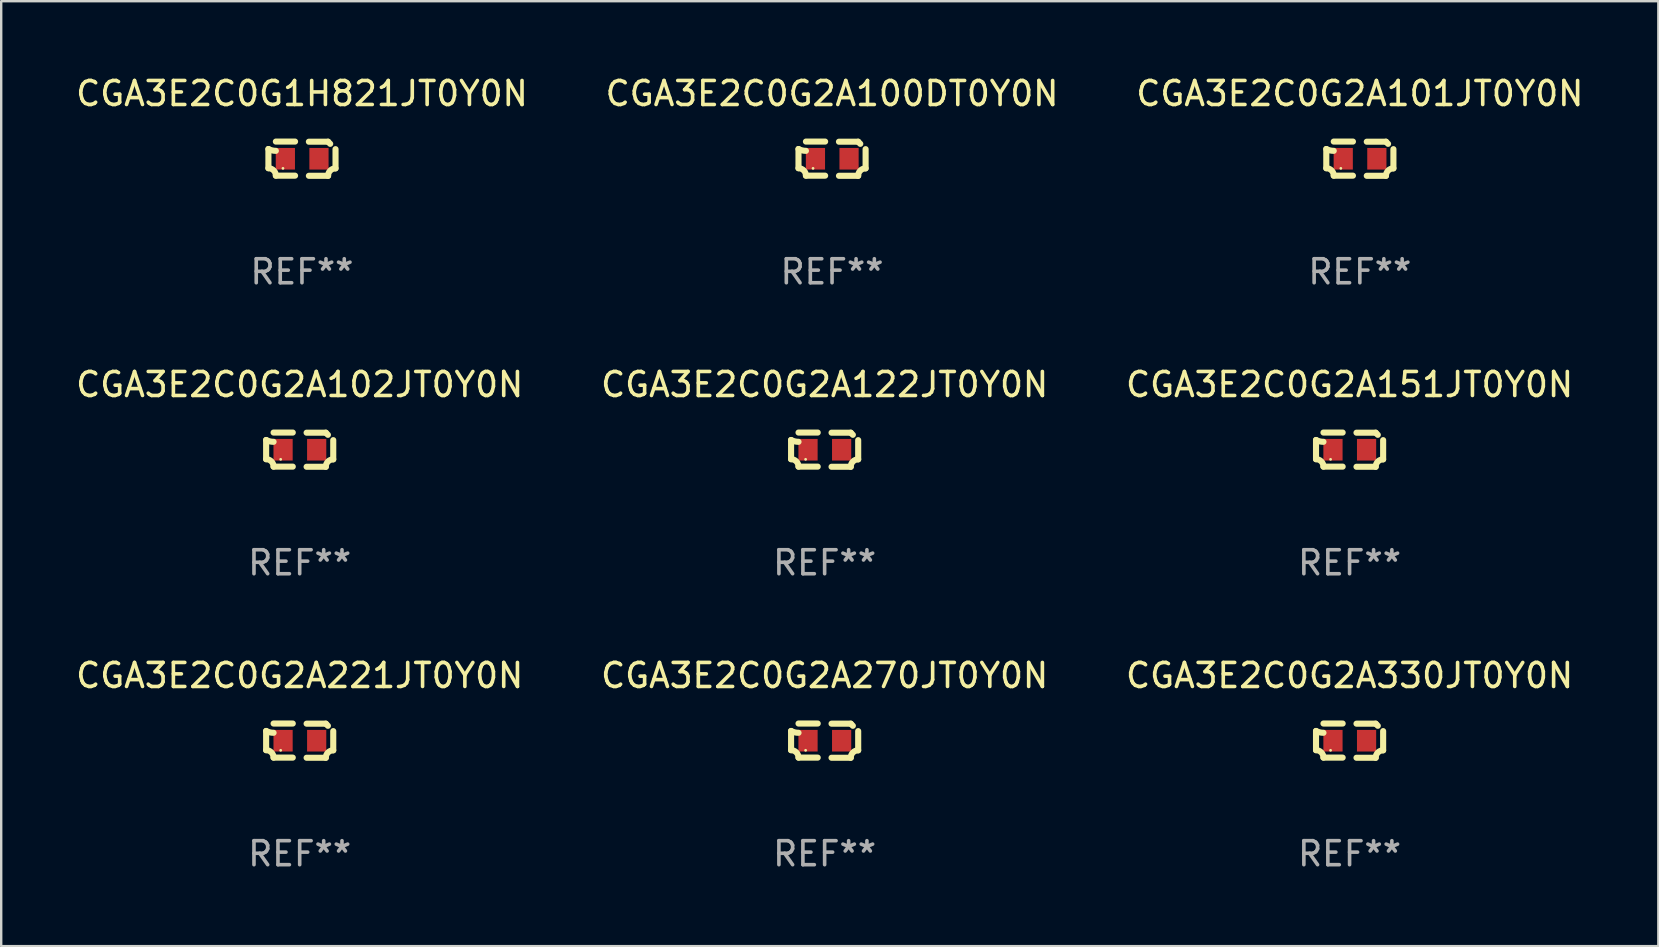
<source format=kicad_pcb>
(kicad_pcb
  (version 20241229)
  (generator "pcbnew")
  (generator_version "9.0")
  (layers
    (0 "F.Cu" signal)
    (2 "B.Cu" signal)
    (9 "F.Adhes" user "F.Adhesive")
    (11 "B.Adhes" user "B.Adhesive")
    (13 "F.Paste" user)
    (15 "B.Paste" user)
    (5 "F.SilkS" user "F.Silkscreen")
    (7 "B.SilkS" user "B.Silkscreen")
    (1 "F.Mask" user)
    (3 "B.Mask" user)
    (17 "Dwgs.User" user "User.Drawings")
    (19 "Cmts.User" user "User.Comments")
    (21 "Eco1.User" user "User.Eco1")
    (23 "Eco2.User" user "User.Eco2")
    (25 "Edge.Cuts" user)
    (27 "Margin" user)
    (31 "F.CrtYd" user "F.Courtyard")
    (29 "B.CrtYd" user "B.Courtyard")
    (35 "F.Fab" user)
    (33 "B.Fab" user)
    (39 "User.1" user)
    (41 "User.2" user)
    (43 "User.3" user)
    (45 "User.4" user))
  (footprint "CGA3E2C0G2A270JT0Y0N"
    (layer "F.Cu")
    (at 31.304 27.805)
    (property "Reference" "CGA3E2C0G2A270JT0Y0N" (at 0 -2.713 0) (layer "F.SilkS") (effects (font (size 1 1) (thickness 0.15))))
    (attr through_hole)
    (fp_line (start -1.398 -0.403) (end -1.398 0.397) (stroke (width 0.254) (type solid)) (layer "F.SilkS"))
    (fp_line (start -0.288 -0.713) (end -1.088 -0.713) (stroke (width 0.254) (type solid)) (layer "F.SilkS"))
    (fp_line (start -0.288 0.707) (end -1.088 0.707) (stroke (width 0.254) (type solid)) (layer "F.SilkS"))
    (fp_line (start 0.288 -0.707) (end 1.088 -0.707) (stroke (width 0.254) (type solid)) (layer "F.SilkS"))
    (fp_line (start 0.288 0.713) (end 1.088 0.713) (stroke (width 0.254) (type solid)) (layer "F.SilkS"))
    (fp_line (start 1.398 -0.397) (end 1.398 0.403) (stroke (width 0.254) (type solid)) (layer "F.SilkS"))
    (fp_arc (start -1.397789 0.397066) (mid -1.178701 0.487826) (end -1.08796 0.706922) (stroke (width 0.254001) (type solid)) (layer "F.SilkS"))
    (fp_arc (start -1.08796 -0.327176) (mid -1.247436 -0.346384) (end -1.39779 -0.402908) (stroke (width 0.254001) (type solid)) (layer "F.SilkS"))
    (fp_arc (start 1.087909 0.712738) (mid 1.178656 0.493655) (end 1.397739 0.402908) (stroke (width 0.254001) (type solid)) (layer "F.SilkS"))
    (fp_arc (start 1.175925 -0.618926) (mid 1.131917 -0.662923) (end 1.08791 -0.706922) (stroke (width 0.254001) (type solid)) (layer "F.SilkS"))
    (fp_circle (center -0.792 0.403) (end -0.762 0.403) (stroke (width 0.06) (type solid)) (fill no) (layer "F.SilkS"))
    (fp_text user "REF**" (at 0 4.713 0) (layer "F.Fab") (effects (font (size 1 1) (thickness 0.15))))
    (pad "1" smd rect (at -0.692 0.003) (size 0.8 0.9) (layers "F.Cu" "F.Mask" "F.Paste"))
    (pad "2" smd rect (at 0.708 0.003) (size 0.8 0.9) (layers "F.Cu" "F.Mask" "F.Paste")))
  (footprint "CGA3E2C0G2A221JT0Y0N"
    (layer "F.Cu")
    (at 9.435 27.805)
    (property "Reference" "CGA3E2C0G2A221JT0Y0N" (at 0 -2.713 0) (layer "F.SilkS") (effects (font (size 1 1) (thickness 0.15))))
    (attr through_hole)
    (fp_line (start -1.398 -0.403) (end -1.398 0.397) (stroke (width 0.254) (type solid)) (layer "F.SilkS"))
    (fp_line (start -0.288 -0.713) (end -1.088 -0.713) (stroke (width 0.254) (type solid)) (layer "F.SilkS"))
    (fp_line (start -0.288 0.707) (end -1.088 0.707) (stroke (width 0.254) (type solid)) (layer "F.SilkS"))
    (fp_line (start 0.288 -0.707) (end 1.088 -0.707) (stroke (width 0.254) (type solid)) (layer "F.SilkS"))
    (fp_line (start 0.288 0.713) (end 1.088 0.713) (stroke (width 0.254) (type solid)) (layer "F.SilkS"))
    (fp_line (start 1.398 -0.397) (end 1.398 0.403) (stroke (width 0.254) (type solid)) (layer "F.SilkS"))
    (fp_arc (start -1.397789 0.397066) (mid -1.178701 0.487826) (end -1.08796 0.706922) (stroke (width 0.254001) (type solid)) (layer "F.SilkS"))
    (fp_arc (start -1.08796 -0.327176) (mid -1.247436 -0.346384) (end -1.39779 -0.402908) (stroke (width 0.254001) (type solid)) (layer "F.SilkS"))
    (fp_arc (start 1.087909 0.712738) (mid 1.178656 0.493655) (end 1.397739 0.402908) (stroke (width 0.254001) (type solid)) (layer "F.SilkS"))
    (fp_arc (start 1.175925 -0.618926) (mid 1.131917 -0.662923) (end 1.08791 -0.706922) (stroke (width 0.254001) (type solid)) (layer "F.SilkS"))
    (fp_circle (center -0.792 0.403) (end -0.762 0.403) (stroke (width 0.06) (type solid)) (fill no) (layer "F.SilkS"))
    (fp_text user "REF**" (at 0 4.713 0) (layer "F.Fab") (effects (font (size 1 1) (thickness 0.15))))
    (pad "1" smd rect (at -0.692 0.003) (size 0.8 0.9) (layers "F.Cu" "F.Mask" "F.Paste"))
    (pad "2" smd rect (at 0.708 0.003) (size 0.8 0.9) (layers "F.Cu" "F.Mask" "F.Paste")))
  (footprint "CGA3E2C0G2A101JT0Y0N"
    (layer "F.Cu")
    (at 53.601 3.561)
    (property "Reference" "CGA3E2C0G2A101JT0Y0N" (at 0 -2.713 0) (layer "F.SilkS") (effects (font (size 1 1) (thickness 0.15))))
    (attr through_hole)
    (fp_line (start -1.398 -0.403) (end -1.398 0.397) (stroke (width 0.254) (type solid)) (layer "F.SilkS"))
    (fp_line (start -0.288 -0.713) (end -1.088 -0.713) (stroke (width 0.254) (type solid)) (layer "F.SilkS"))
    (fp_line (start -0.288 0.707) (end -1.088 0.707) (stroke (width 0.254) (type solid)) (layer "F.SilkS"))
    (fp_line (start 0.288 -0.707) (end 1.088 -0.707) (stroke (width 0.254) (type solid)) (layer "F.SilkS"))
    (fp_line (start 0.288 0.713) (end 1.088 0.713) (stroke (width 0.254) (type solid)) (layer "F.SilkS"))
    (fp_line (start 1.398 -0.397) (end 1.398 0.403) (stroke (width 0.254) (type solid)) (layer "F.SilkS"))
    (fp_arc (start -1.397789 0.397066) (mid -1.178701 0.487826) (end -1.08796 0.706922) (stroke (width 0.254001) (type solid)) (layer "F.SilkS"))
    (fp_arc (start -1.08796 -0.327176) (mid -1.247436 -0.346384) (end -1.39779 -0.402908) (stroke (width 0.254001) (type solid)) (layer "F.SilkS"))
    (fp_arc (start 1.087909 0.712738) (mid 1.178656 0.493655) (end 1.397739 0.402908) (stroke (width 0.254001) (type solid)) (layer "F.SilkS"))
    (fp_arc (start 1.175925 -0.618926) (mid 1.131917 -0.662923) (end 1.08791 -0.706922) (stroke (width 0.254001) (type solid)) (layer "F.SilkS"))
    (fp_circle (center -0.792 0.403) (end -0.762 0.403) (stroke (width 0.06) (type solid)) (fill no) (layer "F.SilkS"))
    (fp_text user "REF**" (at 0 4.713 0) (layer "F.Fab") (effects (font (size 1 1) (thickness 0.15))))
    (pad "1" smd rect (at -0.692 0.003) (size 0.8 0.9) (layers "F.Cu" "F.Mask" "F.Paste"))
    (pad "2" smd rect (at 0.708 0.003) (size 0.8 0.9) (layers "F.Cu" "F.Mask" "F.Paste")))
  (footprint "CGA3E2C0G2A122JT0Y0N"
    (layer "F.Cu")
    (at 31.304 15.683)
    (property "Reference" "CGA3E2C0G2A122JT0Y0N" (at 0 -2.713 0) (layer "F.SilkS") (effects (font (size 1 1) (thickness 0.15))))
    (attr through_hole)
    (fp_line (start -1.398 -0.403) (end -1.398 0.397) (stroke (width 0.254) (type solid)) (layer "F.SilkS"))
    (fp_line (start -0.288 -0.713) (end -1.088 -0.713) (stroke (width 0.254) (type solid)) (layer "F.SilkS"))
    (fp_line (start -0.288 0.707) (end -1.088 0.707) (stroke (width 0.254) (type solid)) (layer "F.SilkS"))
    (fp_line (start 0.288 -0.707) (end 1.088 -0.707) (stroke (width 0.254) (type solid)) (layer "F.SilkS"))
    (fp_line (start 0.288 0.713) (end 1.088 0.713) (stroke (width 0.254) (type solid)) (layer "F.SilkS"))
    (fp_line (start 1.398 -0.397) (end 1.398 0.403) (stroke (width 0.254) (type solid)) (layer "F.SilkS"))
    (fp_arc (start -1.397789 0.397066) (mid -1.178701 0.487826) (end -1.08796 0.706922) (stroke (width 0.254001) (type solid)) (layer "F.SilkS"))
    (fp_arc (start -1.08796 -0.327176) (mid -1.247436 -0.346384) (end -1.39779 -0.402908) (stroke (width 0.254001) (type solid)) (layer "F.SilkS"))
    (fp_arc (start 1.087909 0.712738) (mid 1.178656 0.493655) (end 1.397739 0.402908) (stroke (width 0.254001) (type solid)) (layer "F.SilkS"))
    (fp_arc (start 1.175925 -0.618926) (mid 1.131917 -0.662923) (end 1.08791 -0.706922) (stroke (width 0.254001) (type solid)) (layer "F.SilkS"))
    (fp_circle (center -0.792 0.403) (end -0.762 0.403) (stroke (width 0.06) (type solid)) (fill no) (layer "F.SilkS"))
    (fp_text user "REF**" (at 0 4.713 0) (layer "F.Fab") (effects (font (size 1 1) (thickness 0.15))))
    (pad "1" smd rect (at -0.692 0.003) (size 0.8 0.9) (layers "F.Cu" "F.Mask" "F.Paste"))
    (pad "2" smd rect (at 0.708 0.003) (size 0.8 0.9) (layers "F.Cu" "F.Mask" "F.Paste")))
  (footprint "CGA3E2C0G2A100DT0Y0N"
    (layer "F.Cu")
    (at 31.613 3.561)
    (property "Reference" "CGA3E2C0G2A100DT0Y0N" (at 0 -2.713 0) (layer "F.SilkS") (effects (font (size 1 1) (thickness 0.15))))
    (attr through_hole)
    (fp_line (start -1.398 -0.403) (end -1.398 0.397) (stroke (width 0.254) (type solid)) (layer "F.SilkS"))
    (fp_line (start -0.288 -0.713) (end -1.088 -0.713) (stroke (width 0.254) (type solid)) (layer "F.SilkS"))
    (fp_line (start -0.288 0.707) (end -1.088 0.707) (stroke (width 0.254) (type solid)) (layer "F.SilkS"))
    (fp_line (start 0.288 -0.707) (end 1.088 -0.707) (stroke (width 0.254) (type solid)) (layer "F.SilkS"))
    (fp_line (start 0.288 0.713) (end 1.088 0.713) (stroke (width 0.254) (type solid)) (layer "F.SilkS"))
    (fp_line (start 1.398 -0.397) (end 1.398 0.403) (stroke (width 0.254) (type solid)) (layer "F.SilkS"))
    (fp_arc (start -1.397789 0.397066) (mid -1.178701 0.487826) (end -1.08796 0.706922) (stroke (width 0.254001) (type solid)) (layer "F.SilkS"))
    (fp_arc (start -1.08796 -0.327176) (mid -1.247436 -0.346384) (end -1.39779 -0.402908) (stroke (width 0.254001) (type solid)) (layer "F.SilkS"))
    (fp_arc (start 1.087909 0.712738) (mid 1.178656 0.493655) (end 1.397739 0.402908) (stroke (width 0.254001) (type solid)) (layer "F.SilkS"))
    (fp_arc (start 1.175925 -0.618926) (mid 1.131917 -0.662923) (end 1.08791 -0.706922) (stroke (width 0.254001) (type solid)) (layer "F.SilkS"))
    (fp_circle (center -0.792 0.403) (end -0.762 0.403) (stroke (width 0.06) (type solid)) (fill no) (layer "F.SilkS"))
    (fp_text user "REF**" (at 0 4.713 0) (layer "F.Fab") (effects (font (size 1 1) (thickness 0.15))))
    (pad "1" smd rect (at -0.692 0.003) (size 0.8 0.9) (layers "F.Cu" "F.Mask" "F.Paste"))
    (pad "2" smd rect (at 0.708 0.003) (size 0.8 0.9) (layers "F.Cu" "F.Mask" "F.Paste")))
  (footprint "CGA3E2C0G1H821JT0Y0N"
    (layer "F.Cu")
    (at 9.53 3.561)
    (property "Reference" "CGA3E2C0G1H821JT0Y0N" (at 0 -2.713 0) (layer "F.SilkS") (effects (font (size 1 1) (thickness 0.15))))
    (attr through_hole)
    (fp_line (start -1.398 -0.403) (end -1.398 0.397) (stroke (width 0.254) (type solid)) (layer "F.SilkS"))
    (fp_line (start -0.288 -0.713) (end -1.088 -0.713) (stroke (width 0.254) (type solid)) (layer "F.SilkS"))
    (fp_line (start -0.288 0.707) (end -1.088 0.707) (stroke (width 0.254) (type solid)) (layer "F.SilkS"))
    (fp_line (start 0.288 -0.707) (end 1.088 -0.707) (stroke (width 0.254) (type solid)) (layer "F.SilkS"))
    (fp_line (start 0.288 0.713) (end 1.088 0.713) (stroke (width 0.254) (type solid)) (layer "F.SilkS"))
    (fp_line (start 1.398 -0.397) (end 1.398 0.403) (stroke (width 0.254) (type solid)) (layer "F.SilkS"))
    (fp_arc (start -1.397789 0.397066) (mid -1.178701 0.487826) (end -1.08796 0.706922) (stroke (width 0.254001) (type solid)) (layer "F.SilkS"))
    (fp_arc (start -1.08796 -0.327176) (mid -1.247436 -0.346384) (end -1.39779 -0.402908) (stroke (width 0.254001) (type solid)) (layer "F.SilkS"))
    (fp_arc (start 1.087909 0.712738) (mid 1.178656 0.493655) (end 1.397739 0.402908) (stroke (width 0.254001) (type solid)) (layer "F.SilkS"))
    (fp_arc (start 1.175925 -0.618926) (mid 1.131917 -0.662923) (end 1.08791 -0.706922) (stroke (width 0.254001) (type solid)) (layer "F.SilkS"))
    (fp_circle (center -0.792 0.403) (end -0.762 0.403) (stroke (width 0.06) (type solid)) (fill no) (layer "F.SilkS"))
    (fp_text user "REF**" (at 0 4.713 0) (layer "F.Fab") (effects (font (size 1 1) (thickness 0.15))))
    (pad "1" smd rect (at -0.692 0.003) (size 0.8 0.9) (layers "F.Cu" "F.Mask" "F.Paste"))
    (pad "2" smd rect (at 0.708 0.003) (size 0.8 0.9) (layers "F.Cu" "F.Mask" "F.Paste")))
  (footprint "CGA3E2C0G2A151JT0Y0N"
    (layer "F.Cu")
    (at 53.173 15.683)
    (property "Reference" "CGA3E2C0G2A151JT0Y0N" (at 0 -2.713 0) (layer "F.SilkS") (effects (font (size 1 1) (thickness 0.15))))
    (attr through_hole)
    (fp_line (start -1.398 -0.403) (end -1.398 0.397) (stroke (width 0.254) (type solid)) (layer "F.SilkS"))
    (fp_line (start -0.288 -0.713) (end -1.088 -0.713) (stroke (width 0.254) (type solid)) (layer "F.SilkS"))
    (fp_line (start -0.288 0.707) (end -1.088 0.707) (stroke (width 0.254) (type solid)) (layer "F.SilkS"))
    (fp_line (start 0.288 -0.707) (end 1.088 -0.707) (stroke (width 0.254) (type solid)) (layer "F.SilkS"))
    (fp_line (start 0.288 0.713) (end 1.088 0.713) (stroke (width 0.254) (type solid)) (layer "F.SilkS"))
    (fp_line (start 1.398 -0.397) (end 1.398 0.403) (stroke (width 0.254) (type solid)) (layer "F.SilkS"))
    (fp_arc (start -1.397789 0.397066) (mid -1.178701 0.487826) (end -1.08796 0.706922) (stroke (width 0.254001) (type solid)) (layer "F.SilkS"))
    (fp_arc (start -1.08796 -0.327176) (mid -1.247436 -0.346384) (end -1.39779 -0.402908) (stroke (width 0.254001) (type solid)) (layer "F.SilkS"))
    (fp_arc (start 1.087909 0.712738) (mid 1.178656 0.493655) (end 1.397739 0.402908) (stroke (width 0.254001) (type solid)) (layer "F.SilkS"))
    (fp_arc (start 1.175925 -0.618926) (mid 1.131917 -0.662923) (end 1.08791 -0.706922) (stroke (width 0.254001) (type solid)) (layer "F.SilkS"))
    (fp_circle (center -0.792 0.403) (end -0.762 0.403) (stroke (width 0.06) (type solid)) (fill no) (layer "F.SilkS"))
    (fp_text user "REF**" (at 0 4.713 0) (layer "F.Fab") (effects (font (size 1 1) (thickness 0.15))))
    (pad "1" smd rect (at -0.692 0.003) (size 0.8 0.9) (layers "F.Cu" "F.Mask" "F.Paste"))
    (pad "2" smd rect (at 0.708 0.003) (size 0.8 0.9) (layers "F.Cu" "F.Mask" "F.Paste")))
  (footprint "CGA3E2C0G2A102JT0Y0N"
    (layer "F.Cu")
    (at 9.435 15.683)
    (property "Reference" "CGA3E2C0G2A102JT0Y0N" (at 0 -2.713 0) (layer "F.SilkS") (effects (font (size 1 1) (thickness 0.15))))
    (attr through_hole)
    (fp_line (start -1.398 -0.403) (end -1.398 0.397) (stroke (width 0.254) (type solid)) (layer "F.SilkS"))
    (fp_line (start -0.288 -0.713) (end -1.088 -0.713) (stroke (width 0.254) (type solid)) (layer "F.SilkS"))
    (fp_line (start -0.288 0.707) (end -1.088 0.707) (stroke (width 0.254) (type solid)) (layer "F.SilkS"))
    (fp_line (start 0.288 -0.707) (end 1.088 -0.707) (stroke (width 0.254) (type solid)) (layer "F.SilkS"))
    (fp_line (start 0.288 0.713) (end 1.088 0.713) (stroke (width 0.254) (type solid)) (layer "F.SilkS"))
    (fp_line (start 1.398 -0.397) (end 1.398 0.403) (stroke (width 0.254) (type solid)) (layer "F.SilkS"))
    (fp_arc (start -1.397789 0.397066) (mid -1.178701 0.487826) (end -1.08796 0.706922) (stroke (width 0.254001) (type solid)) (layer "F.SilkS"))
    (fp_arc (start -1.08796 -0.327176) (mid -1.247436 -0.346384) (end -1.39779 -0.402908) (stroke (width 0.254001) (type solid)) (layer "F.SilkS"))
    (fp_arc (start 1.087909 0.712738) (mid 1.178656 0.493655) (end 1.397739 0.402908) (stroke (width 0.254001) (type solid)) (layer "F.SilkS"))
    (fp_arc (start 1.175925 -0.618926) (mid 1.131917 -0.662923) (end 1.08791 -0.706922) (stroke (width 0.254001) (type solid)) (layer "F.SilkS"))
    (fp_circle (center -0.792 0.403) (end -0.762 0.403) (stroke (width 0.06) (type solid)) (fill no) (layer "F.SilkS"))
    (fp_text user "REF**" (at 0 4.713 0) (layer "F.Fab") (effects (font (size 1 1) (thickness 0.15))))
    (pad "1" smd rect (at -0.692 0.003) (size 0.8 0.9) (layers "F.Cu" "F.Mask" "F.Paste"))
    (pad "2" smd rect (at 0.708 0.003) (size 0.8 0.9) (layers "F.Cu" "F.Mask" "F.Paste")))
  (footprint "CGA3E2C0G2A330JT0Y0N"
    (layer "F.Cu")
    (at 53.173 27.805)
    (property "Reference" "CGA3E2C0G2A330JT0Y0N" (at 0 -2.713 0) (layer "F.SilkS") (effects (font (size 1 1) (thickness 0.15))))
    (attr through_hole)
    (fp_line (start -1.398 -0.403) (end -1.398 0.397) (stroke (width 0.254) (type solid)) (layer "F.SilkS"))
    (fp_line (start -0.288 -0.713) (end -1.088 -0.713) (stroke (width 0.254) (type solid)) (layer "F.SilkS"))
    (fp_line (start -0.288 0.707) (end -1.088 0.707) (stroke (width 0.254) (type solid)) (layer "F.SilkS"))
    (fp_line (start 0.288 -0.707) (end 1.088 -0.707) (stroke (width 0.254) (type solid)) (layer "F.SilkS"))
    (fp_line (start 0.288 0.713) (end 1.088 0.713) (stroke (width 0.254) (type solid)) (layer "F.SilkS"))
    (fp_line (start 1.398 -0.397) (end 1.398 0.403) (stroke (width 0.254) (type solid)) (layer "F.SilkS"))
    (fp_arc (start -1.397789 0.397066) (mid -1.178701 0.487826) (end -1.08796 0.706922) (stroke (width 0.254001) (type solid)) (layer "F.SilkS"))
    (fp_arc (start -1.08796 -0.327176) (mid -1.247436 -0.346384) (end -1.39779 -0.402908) (stroke (width 0.254001) (type solid)) (layer "F.SilkS"))
    (fp_arc (start 1.087909 0.712738) (mid 1.178656 0.493655) (end 1.397739 0.402908) (stroke (width 0.254001) (type solid)) (layer "F.SilkS"))
    (fp_arc (start 1.175925 -0.618926) (mid 1.131917 -0.662923) (end 1.08791 -0.706922) (stroke (width 0.254001) (type solid)) (layer "F.SilkS"))
    (fp_circle (center -0.792 0.403) (end -0.762 0.403) (stroke (width 0.06) (type solid)) (fill no) (layer "F.SilkS"))
    (fp_text user "REF**" (at 0 4.713 0) (layer "F.Fab") (effects (font (size 1 1) (thickness 0.15))))
    (pad "1" smd rect (at -0.692 0.003) (size 0.8 0.9) (layers "F.Cu" "F.Mask" "F.Paste"))
    (pad "2" smd rect (at 0.708 0.003) (size 0.8 0.9) (layers "F.Cu" "F.Mask" "F.Paste")))
  (gr_rect
    (start -3 -3)
    (end 66.036 36.366)
    (stroke (width 0.1) (type default))
    (fill no)
    (layer "Edge.Cuts")))
</source>
